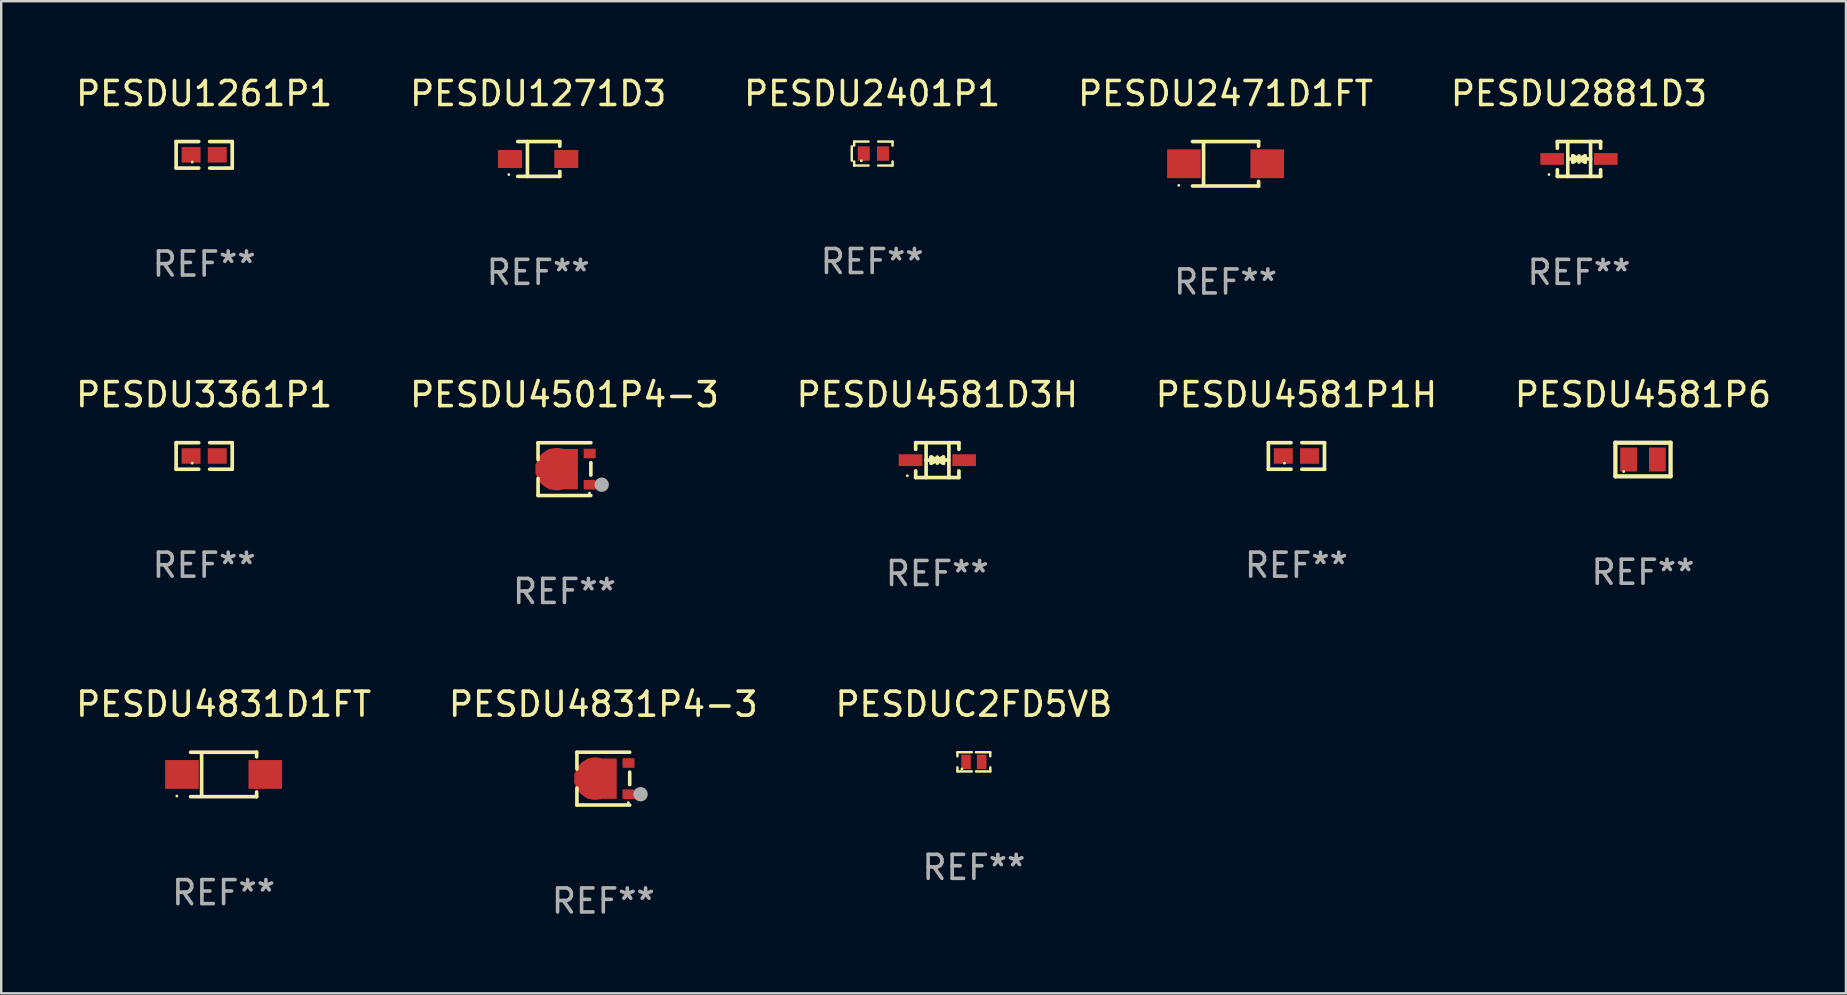
<source format=kicad_pcb>
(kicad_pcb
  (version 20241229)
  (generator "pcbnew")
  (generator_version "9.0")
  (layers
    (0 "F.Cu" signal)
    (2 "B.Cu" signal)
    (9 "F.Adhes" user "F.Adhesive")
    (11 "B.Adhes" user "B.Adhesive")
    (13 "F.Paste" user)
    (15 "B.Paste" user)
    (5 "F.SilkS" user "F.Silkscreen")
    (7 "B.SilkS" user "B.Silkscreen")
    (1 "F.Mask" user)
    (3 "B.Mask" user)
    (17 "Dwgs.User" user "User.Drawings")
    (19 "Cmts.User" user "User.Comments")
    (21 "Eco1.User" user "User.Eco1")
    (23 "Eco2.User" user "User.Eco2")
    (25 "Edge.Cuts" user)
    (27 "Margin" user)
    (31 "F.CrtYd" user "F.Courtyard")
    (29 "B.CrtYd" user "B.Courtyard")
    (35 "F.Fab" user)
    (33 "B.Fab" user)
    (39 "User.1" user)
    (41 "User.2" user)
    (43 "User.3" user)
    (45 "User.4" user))
  (footprint "PESDU4501P4-3"
    (layer "F.Cu")
    (at 20.47 16.497)
    (property "Reference" "PESDU4501P4-3" (at 0 -3.1 0) (layer "F.SilkS") (effects (font (size 1 1) (thickness 0.15))))
    (attr through_hole)
    (fp_line (start -1.1 -1.1) (end -1.1 -0.4) (stroke (width 0.15) (type solid)) (layer "F.SilkS"))
    (fp_line (start -1.1 -1.1) (end 1.1 -1.1) (stroke (width 0.15) (type solid)) (layer "F.SilkS"))
    (fp_line (start -1.1 1.1) (end -1.1 0.39) (stroke (width 0.15) (type solid)) (layer "F.SilkS"))
    (fp_line (start 1.1 -0.27) (end 1.1 0.25) (stroke (width 0.15) (type solid)) (layer "F.SilkS"))
    (fp_line (start 1.1 1.1) (end -1.1 1.1) (stroke (width 0.15) (type solid)) (layer "F.SilkS"))
    (fp_circle (center 1.042 1) (end 1.072 1) (stroke (width 0.06) (type solid)) (fill no) (layer "F.SilkS"))
    (fp_circle (center 1.552 0.65) (end 1.703 0.65) (stroke (width 0.3) (type solid)) (fill no) (layer "F.Fab"))
    (fp_text user "REF**" (at 0 5.1 0) (layer "F.Fab") (effects (font (size 1 1) (thickness 0.15))))
    (pad "1" smd rect (at 1.05 0.65) (size 0.5 0.4) (layers "F.Cu" "F.Mask" "F.Paste"))
    (pad "2" smd rect (at 1.05 -0.65) (size 0.5 0.4) (layers "F.Cu" "F.Mask" "F.Paste"))
    (pad "3" smd custom (at -0.325 0) (size 1.77 1.68) (layers "F.Cu" "F.Mask" "F.Paste") (options (anchor circle)) (primitives (gr_poly (pts (xy -0.885 -0.21) (xy -0.345 -0.21) (xy -0.345 -0.84) (xy 0.885 -0.84) (xy 0.885 0.84) (xy -0.345 0.84) (xy -0.345 0.2) (xy -0.885 0.2) (xy -0.885 -0.21)) (width 0) (fill yes)))))
  (footprint "PESDU4831D1FT"
    (layer "F.Cu")
    (at 6.268 29.22)
    (property "Reference" "PESDU4831D1FT" (at 0 -2.926 0) (layer "F.SilkS") (effects (font (size 1 1) (thickness 0.15))))
    (attr through_hole)
    (fp_line (start -1.376 -0.926) (end 1.376 -0.926) (stroke (width 0.152) (type solid)) (layer "F.SilkS"))
    (fp_line (start -1.376 0.926) (end 1.376 0.926) (stroke (width 0.152) (type solid)) (layer "F.SilkS"))
    (fp_line (start -0.917 -0.876) (end -0.917 0.876) (stroke (width 0.152) (type solid)) (layer "F.SilkS"))
    (fp_line (start 1.376 -0.926) (end 1.376 -0.733) (stroke (width 0.152) (type solid)) (layer "F.SilkS"))
    (fp_line (start 1.376 0.926) (end 1.376 0.733) (stroke (width 0.152) (type solid)) (layer "F.SilkS"))
    (fp_circle (center -1.95 0.9) (end -1.92 0.9) (stroke (width 0.06) (type solid)) (fill no) (layer "F.SilkS"))
    (fp_text user "REF**" (at 0 4.926 0) (layer "F.Fab") (effects (font (size 1 1) (thickness 0.15))))
    (pad "1" smd rect (at -1.735 0) (size 1.4 1.2) (layers "F.Cu" "F.Mask" "F.Paste"))
    (pad "2" smd rect (at 1.735 0) (size 1.4 1.2) (layers "F.Cu" "F.Mask" "F.Paste")))
  (footprint "PESDU4581P6"
    (layer "F.Cu")
    (at 65.411 16.097)
    (property "Reference" "PESDU4581P6" (at 0 -2.7 0) (layer "F.SilkS") (effects (font (size 1 1) (thickness 0.15))))
    (attr through_hole)
    (fp_line (start -1.15 -0.7) (end -1.15 0.7) (stroke (width 0.178) (type solid)) (layer "F.SilkS"))
    (fp_line (start -1.15 -0.7) (end 1.15 -0.7) (stroke (width 0.178) (type solid)) (layer "F.SilkS"))
    (fp_line (start -1.15 0.7) (end 1.15 0.7) (stroke (width 0.178) (type solid)) (layer "F.SilkS"))
    (fp_line (start 1.15 -0.7) (end 1.15 0.7) (stroke (width 0.178) (type solid)) (layer "F.SilkS"))
    (fp_circle (center -0.8 0.5) (end -0.77 0.5) (stroke (width 0.06) (type solid)) (fill no) (layer "F.SilkS"))
    (fp_text user "REF**" (at 0 4.7 0) (layer "F.Fab") (effects (font (size 1 1) (thickness 0.15))))
    (pad "1" smd rect (at -0.6 0 90) (size 1 0.7) (layers "F.Cu" "F.Mask" "F.Paste"))
    (pad "2" smd rect (at 0.6 0 90) (size 1 0.7) (layers "F.Cu" "F.Mask" "F.Paste")))
  (footprint "PESDU3361P1"
    (layer "F.Cu")
    (at 5.458 15.95)
    (property "Reference" "PESDU3361P1" (at 0 -2.553 0) (layer "F.SilkS") (effects (font (size 1 1) (thickness 0.15))))
    (attr through_hole)
    (fp_line (start -1.169 -0.553) (end -0.226 -0.553) (stroke (width 0.152) (type solid)) (layer "F.SilkS"))
    (fp_line (start -1.169 0.553) (end -1.169 -0.553) (stroke (width 0.152) (type solid)) (layer "F.SilkS"))
    (fp_line (start -0.226 0.553) (end -1.169 0.553) (stroke (width 0.152) (type solid)) (layer "F.SilkS"))
    (fp_line (start 0.226 0.553) (end 1.169 0.553) (stroke (width 0.152) (type solid)) (layer "F.SilkS"))
    (fp_line (start 1.169 -0.553) (end 0.226 -0.553) (stroke (width 0.152) (type solid)) (layer "F.SilkS"))
    (fp_line (start 1.169 0.553) (end 1.169 -0.553) (stroke (width 0.152) (type solid)) (layer "F.SilkS"))
    (fp_circle (center -0.5 0.3) (end -0.47 0.3) (stroke (width 0.06) (type solid)) (fill no) (layer "F.SilkS"))
    (fp_text user "REF**" (at 0 4.553 0) (layer "F.Fab") (effects (font (size 1 1) (thickness 0.15))))
    (pad "1" smd rect (at -0.545 0) (size 0.79 0.648) (layers "F.Cu" "F.Mask" "F.Paste"))
    (pad "2" smd rect (at 0.545 0) (size 0.79 0.648) (layers "F.Cu" "F.Mask" "F.Paste")))
  (footprint "PESDU2881D3"
    (layer "F.Cu")
    (at 62.744 3.574)
    (property "Reference" "PESDU2881D3" (at 0 -2.726 0) (layer "F.SilkS") (effects (font (size 1 1) (thickness 0.15))))
    (attr through_hole)
    (fp_line (start -0.901 -0.726) (end -0.901 -0.448) (stroke (width 0.152) (type solid)) (layer "F.SilkS"))
    (fp_line (start -0.901 0.726) (end -0.901 0.448) (stroke (width 0.152) (type solid)) (layer "F.SilkS"))
    (fp_line (start -0.467 0) (end 0.483 -0.003) (stroke (width 0.154) (type solid)) (layer "F.SilkS"))
    (fp_line (start -0.467 0.726) (end -0.467 -0.726) (stroke (width 0.152) (type solid)) (layer "F.SilkS"))
    (fp_line (start -0.254 -0.127) (end -0.254 -0.127) (stroke (width 0.154) (type solid)) (layer "F.SilkS"))
    (fp_line (start -0.254 -0.127) (end -0.002 -0.003) (stroke (width 0.154) (type solid)) (layer "F.SilkS"))
    (fp_line (start -0.254 0.127) (end -0.254 -0.127) (stroke (width 0.154) (type solid)) (layer "F.SilkS"))
    (fp_line (start -0.127 0) (end 0.003 0) (stroke (width 0.154) (type solid)) (layer "F.SilkS"))
    (fp_line (start -0.003 0) (end -0.254 0.127) (stroke (width 0.154) (type solid)) (layer "F.SilkS"))
    (fp_line (start 0 -0.127) (end 0 0.127) (stroke (width 0.154) (type solid)) (layer "F.SilkS"))
    (fp_line (start 0.003 0) (end 0.254 -0.127) (stroke (width 0.154) (type solid)) (layer "F.SilkS"))
    (fp_line (start 0.127 0) (end -0.003 0) (stroke (width 0.154) (type solid)) (layer "F.SilkS"))
    (fp_line (start 0.254 -0.127) (end 0.254 0.127) (stroke (width 0.154) (type solid)) (layer "F.SilkS"))
    (fp_line (start 0.254 0.127) (end 0.002 0.003) (stroke (width 0.154) (type solid)) (layer "F.SilkS"))
    (fp_line (start 0.254 0.127) (end 0.254 0.127) (stroke (width 0.154) (type solid)) (layer "F.SilkS"))
    (fp_line (start 0.483 0.726) (end 0.483 -0.726) (stroke (width 0.152) (type solid)) (layer "F.SilkS"))
    (fp_line (start 0.901 -0.726) (end -0.901 -0.726) (stroke (width 0.152) (type solid)) (layer "F.SilkS"))
    (fp_line (start 0.901 -0.726) (end 0.901 -0.448) (stroke (width 0.152) (type solid)) (layer "F.SilkS"))
    (fp_line (start 0.901 0.726) (end -0.901 0.726) (stroke (width 0.152) (type solid)) (layer "F.SilkS"))
    (fp_line (start 0.901 0.726) (end 0.901 0.448) (stroke (width 0.152) (type solid)) (layer "F.SilkS"))
    (fp_circle (center -1.25 0.65) (end -1.22 0.65) (stroke (width 0.06) (type solid)) (fill no) (layer "F.SilkS"))
    (fp_text user "REF**" (at 0 4.726 0) (layer "F.Fab") (effects (font (size 1 1) (thickness 0.15))))
    (pad "1" smd rect (at -1.118 0) (size 0.985 0.49) (layers "F.Cu" "F.Mask" "F.Paste"))
    (pad "2" smd rect (at 1.118 0) (size 0.985 0.49) (layers "F.Cu" "F.Mask" "F.Paste")))
  (footprint "PESDU4581P1H"
    (layer "F.Cu")
    (at 50.97 15.95)
    (property "Reference" "PESDU4581P1H" (at 0 -2.553 0) (layer "F.SilkS") (effects (font (size 1 1) (thickness 0.15))))
    (attr through_hole)
    (fp_line (start -1.169 -0.553) (end -0.226 -0.553) (stroke (width 0.152) (type solid)) (layer "F.SilkS"))
    (fp_line (start -1.169 0.553) (end -1.169 -0.553) (stroke (width 0.152) (type solid)) (layer "F.SilkS"))
    (fp_line (start -0.226 0.553) (end -1.169 0.553) (stroke (width 0.152) (type solid)) (layer "F.SilkS"))
    (fp_line (start 0.226 0.553) (end 1.169 0.553) (stroke (width 0.152) (type solid)) (layer "F.SilkS"))
    (fp_line (start 1.169 -0.553) (end 0.226 -0.553) (stroke (width 0.152) (type solid)) (layer "F.SilkS"))
    (fp_line (start 1.169 0.553) (end 1.169 -0.553) (stroke (width 0.152) (type solid)) (layer "F.SilkS"))
    (fp_circle (center -0.5 0.3) (end -0.47 0.3) (stroke (width 0.06) (type solid)) (fill no) (layer "F.SilkS"))
    (fp_text user "REF**" (at 0 4.553 0) (layer "F.Fab") (effects (font (size 1 1) (thickness 0.15))))
    (pad "1" smd rect (at -0.545 0) (size 0.79 0.648) (layers "F.Cu" "F.Mask" "F.Paste"))
    (pad "2" smd rect (at 0.545 0) (size 0.79 0.648) (layers "F.Cu" "F.Mask" "F.Paste")))
  (footprint "PESDU4581D3H"
    (layer "F.Cu")
    (at 36.006 16.123)
    (property "Reference" "PESDU4581D3H" (at 0 -2.726 0) (layer "F.SilkS") (effects (font (size 1 1) (thickness 0.15))))
    (attr through_hole)
    (fp_line (start -0.901 -0.726) (end -0.901 -0.448) (stroke (width 0.152) (type solid)) (layer "F.SilkS"))
    (fp_line (start -0.901 0.726) (end -0.901 0.448) (stroke (width 0.152) (type solid)) (layer "F.SilkS"))
    (fp_line (start -0.467 0) (end 0.483 -0.003) (stroke (width 0.154) (type solid)) (layer "F.SilkS"))
    (fp_line (start -0.467 0.726) (end -0.467 -0.726) (stroke (width 0.152) (type solid)) (layer "F.SilkS"))
    (fp_line (start -0.254 -0.127) (end -0.254 -0.127) (stroke (width 0.154) (type solid)) (layer "F.SilkS"))
    (fp_line (start -0.254 -0.127) (end -0.002 -0.003) (stroke (width 0.154) (type solid)) (layer "F.SilkS"))
    (fp_line (start -0.254 0.127) (end -0.254 -0.127) (stroke (width 0.154) (type solid)) (layer "F.SilkS"))
    (fp_line (start -0.127 0) (end 0.003 0) (stroke (width 0.154) (type solid)) (layer "F.SilkS"))
    (fp_line (start -0.003 0) (end -0.254 0.127) (stroke (width 0.154) (type solid)) (layer "F.SilkS"))
    (fp_line (start 0 -0.127) (end 0 0.127) (stroke (width 0.154) (type solid)) (layer "F.SilkS"))
    (fp_line (start 0.003 0) (end 0.254 -0.127) (stroke (width 0.154) (type solid)) (layer "F.SilkS"))
    (fp_line (start 0.127 0) (end -0.003 0) (stroke (width 0.154) (type solid)) (layer "F.SilkS"))
    (fp_line (start 0.254 -0.127) (end 0.254 0.127) (stroke (width 0.154) (type solid)) (layer "F.SilkS"))
    (fp_line (start 0.254 0.127) (end 0.002 0.003) (stroke (width 0.154) (type solid)) (layer "F.SilkS"))
    (fp_line (start 0.254 0.127) (end 0.254 0.127) (stroke (width 0.154) (type solid)) (layer "F.SilkS"))
    (fp_line (start 0.483 0.726) (end 0.483 -0.726) (stroke (width 0.152) (type solid)) (layer "F.SilkS"))
    (fp_line (start 0.901 -0.726) (end -0.901 -0.726) (stroke (width 0.152) (type solid)) (layer "F.SilkS"))
    (fp_line (start 0.901 -0.726) (end 0.901 -0.448) (stroke (width 0.152) (type solid)) (layer "F.SilkS"))
    (fp_line (start 0.901 0.726) (end -0.901 0.726) (stroke (width 0.152) (type solid)) (layer "F.SilkS"))
    (fp_line (start 0.901 0.726) (end 0.901 0.448) (stroke (width 0.152) (type solid)) (layer "F.SilkS"))
    (fp_circle (center -1.25 0.65) (end -1.22 0.65) (stroke (width 0.06) (type solid)) (fill no) (layer "F.SilkS"))
    (fp_text user "REF**" (at 0 4.726 0) (layer "F.Fab") (effects (font (size 1 1) (thickness 0.15))))
    (pad "1" smd rect (at -1.118 0) (size 0.985 0.49) (layers "F.Cu" "F.Mask" "F.Paste"))
    (pad "2" smd rect (at 1.118 0) (size 0.985 0.49) (layers "F.Cu" "F.Mask" "F.Paste")))
  (footprint "PESDU4831P4-3"
    (layer "F.Cu")
    (at 22.089 29.394)
    (property "Reference" "PESDU4831P4-3" (at 0 -3.1 0) (layer "F.SilkS") (effects (font (size 1 1) (thickness 0.15))))
    (attr through_hole)
    (fp_line (start -1.1 -1.1) (end -1.1 -0.4) (stroke (width 0.15) (type solid)) (layer "F.SilkS"))
    (fp_line (start -1.1 -1.1) (end 1.1 -1.1) (stroke (width 0.15) (type solid)) (layer "F.SilkS"))
    (fp_line (start -1.1 1.1) (end -1.1 0.39) (stroke (width 0.15) (type solid)) (layer "F.SilkS"))
    (fp_line (start 1.1 -0.27) (end 1.1 0.25) (stroke (width 0.15) (type solid)) (layer "F.SilkS"))
    (fp_line (start 1.1 1.1) (end -1.1 1.1) (stroke (width 0.15) (type solid)) (layer "F.SilkS"))
    (fp_circle (center 1.042 1) (end 1.072 1) (stroke (width 0.06) (type solid)) (fill no) (layer "F.SilkS"))
    (fp_circle (center 1.552 0.65) (end 1.703 0.65) (stroke (width 0.3) (type solid)) (fill no) (layer "F.Fab"))
    (fp_text user "REF**" (at 0 5.1 0) (layer "F.Fab") (effects (font (size 1 1) (thickness 0.15))))
    (pad "1" smd rect (at 1.05 0.65) (size 0.5 0.4) (layers "F.Cu" "F.Mask" "F.Paste"))
    (pad "2" smd rect (at 1.05 -0.65) (size 0.5 0.4) (layers "F.Cu" "F.Mask" "F.Paste"))
    (pad "3" smd custom (at -0.325 0) (size 1.77 1.68) (layers "F.Cu" "F.Mask" "F.Paste") (options (anchor circle)) (primitives (gr_poly (pts (xy -0.885 -0.21) (xy -0.345 -0.21) (xy -0.345 -0.84) (xy 0.885 -0.84) (xy 0.885 0.84) (xy -0.345 0.84) (xy -0.345 0.2) (xy -0.885 0.2) (xy -0.885 -0.21)) (width 0) (fill yes)))))
  (footprint "PESDUC2FD5VB"
    (layer "F.Cu")
    (at 37.53 28.694)
    (property "Reference" "PESDUC2FD5VB" (at 0 -2.4 0) (layer "F.SilkS") (effects (font (size 1 1) (thickness 0.15))))
    (attr through_hole)
    (fp_line (start -0.685 -0.4) (end -0.685 -0.23) (stroke (width 0.102) (type solid)) (layer "F.SilkS"))
    (fp_line (start -0.685 0.4) (end -0.685 0.23) (stroke (width 0.102) (type solid)) (layer "F.SilkS"))
    (fp_line (start -0.085 -0.4) (end -0.685 -0.4) (stroke (width 0.102) (type solid)) (layer "F.SilkS"))
    (fp_line (start -0.085 0.4) (end -0.685 0.4) (stroke (width 0.102) (type solid)) (layer "F.SilkS"))
    (fp_line (start 0.082 -0.4) (end 0.682 -0.4) (stroke (width 0.102) (type solid)) (layer "F.SilkS"))
    (fp_line (start 0.085 0.4) (end 0.685 0.4) (stroke (width 0.102) (type solid)) (layer "F.SilkS"))
    (fp_line (start 0.682 -0.4) (end 0.682 -0.23) (stroke (width 0.102) (type solid)) (layer "F.SilkS"))
    (fp_line (start 0.685 0.4) (end 0.685 0.23) (stroke (width 0.102) (type solid)) (layer "F.SilkS"))
    (fp_circle (center -0.5 0.3) (end -0.47 0.3) (stroke (width 0.06) (type solid)) (fill no) (layer "F.SilkS"))
    (fp_text user "REF**" (at 0 4.4 0) (layer "F.Fab") (effects (font (size 1 1) (thickness 0.15))))
    (pad "1" smd rect (at -0.325 0) (size 0.4 0.6) (layers "F.Cu" "F.Mask" "F.Paste"))
    (pad "2" smd rect (at 0.325 0) (size 0.4 0.6) (layers "F.Cu" "F.Mask" "F.Paste")))
  (footprint "PESDU2471D1FT"
    (layer "F.Cu")
    (at 48.018 3.774)
    (property "Reference" "PESDU2471D1FT" (at 0 -2.926 0) (layer "F.SilkS") (effects (font (size 1 1) (thickness 0.15))))
    (attr through_hole)
    (fp_line (start -1.376 -0.926) (end 1.376 -0.926) (stroke (width 0.152) (type solid)) (layer "F.SilkS"))
    (fp_line (start -1.376 0.926) (end 1.376 0.926) (stroke (width 0.152) (type solid)) (layer "F.SilkS"))
    (fp_line (start -0.917 -0.876) (end -0.917 0.876) (stroke (width 0.152) (type solid)) (layer "F.SilkS"))
    (fp_line (start 1.376 -0.926) (end 1.376 -0.733) (stroke (width 0.152) (type solid)) (layer "F.SilkS"))
    (fp_line (start 1.376 0.926) (end 1.376 0.733) (stroke (width 0.152) (type solid)) (layer "F.SilkS"))
    (fp_circle (center -1.95 0.9) (end -1.92 0.9) (stroke (width 0.06) (type solid)) (fill no) (layer "F.SilkS"))
    (fp_text user "REF**" (at 0 4.926 0) (layer "F.Fab") (effects (font (size 1 1) (thickness 0.15))))
    (pad "1" smd rect (at -1.735 0) (size 1.4 1.2) (layers "F.Cu" "F.Mask" "F.Paste"))
    (pad "2" smd rect (at 1.735 0) (size 1.4 1.2) (layers "F.Cu" "F.Mask" "F.Paste")))
  (footprint "PESDU1261P1"
    (layer "F.Cu")
    (at 5.458 3.401)
    (property "Reference" "PESDU1261P1" (at 0 -2.553 0) (layer "F.SilkS") (effects (font (size 1 1) (thickness 0.15))))
    (attr through_hole)
    (fp_line (start -1.169 -0.553) (end -0.226 -0.553) (stroke (width 0.152) (type solid)) (layer "F.SilkS"))
    (fp_line (start -1.169 0.553) (end -1.169 -0.553) (stroke (width 0.152) (type solid)) (layer "F.SilkS"))
    (fp_line (start -0.226 0.553) (end -1.169 0.553) (stroke (width 0.152) (type solid)) (layer "F.SilkS"))
    (fp_line (start 0.226 0.553) (end 1.169 0.553) (stroke (width 0.152) (type solid)) (layer "F.SilkS"))
    (fp_line (start 1.169 -0.553) (end 0.226 -0.553) (stroke (width 0.152) (type solid)) (layer "F.SilkS"))
    (fp_line (start 1.169 0.553) (end 1.169 -0.553) (stroke (width 0.152) (type solid)) (layer "F.SilkS"))
    (fp_circle (center -0.5 0.3) (end -0.47 0.3) (stroke (width 0.06) (type solid)) (fill no) (layer "F.SilkS"))
    (fp_text user "REF**" (at 0 4.553 0) (layer "F.Fab") (effects (font (size 1 1) (thickness 0.15))))
    (pad "1" smd rect (at -0.545 0) (size 0.79 0.648) (layers "F.Cu" "F.Mask" "F.Paste"))
    (pad "2" smd rect (at 0.545 0) (size 0.79 0.648) (layers "F.Cu" "F.Mask" "F.Paste")))
  (footprint "PESDU2401P1"
    (layer "F.Cu")
    (at 33.292 3.348)
    (property "Reference" "PESDU2401P1" (at 0 -2.5 0) (layer "F.SilkS") (effects (font (size 1 1) (thickness 0.15))))
    (attr through_hole)
    (fp_line (start -0.85 -0.3) (end -0.85 0.3) (stroke (width 0.102) (type solid)) (layer "F.SilkS"))
    (fp_line (start -0.75 -0.5) (end -0.75 -0.329) (stroke (width 0.102) (type solid)) (layer "F.SilkS"))
    (fp_line (start -0.75 0.329) (end -0.75 0.5) (stroke (width 0.102) (type solid)) (layer "F.SilkS"))
    (fp_line (start -0.75 0.5) (end -0.15 0.5) (stroke (width 0.102) (type solid)) (layer "F.SilkS"))
    (fp_line (start -0.15 -0.5) (end -0.75 -0.5) (stroke (width 0.102) (type solid)) (layer "F.SilkS"))
    (fp_line (start 0.25 -0.5) (end 0.85 -0.5) (stroke (width 0.102) (type solid)) (layer "F.SilkS"))
    (fp_line (start 0.85 -0.5) (end 0.85 -0.33) (stroke (width 0.102) (type solid)) (layer "F.SilkS"))
    (fp_line (start 0.85 0.33) (end 0.85 0.5) (stroke (width 0.102) (type solid)) (layer "F.SilkS"))
    (fp_line (start 0.85 0.5) (end 0.25 0.5) (stroke (width 0.102) (type solid)) (layer "F.SilkS"))
    (fp_circle (center -0.45 0.3) (end -0.42 0.3) (stroke (width 0.06) (type solid)) (fill no) (layer "F.SilkS"))
    (fp_text user "REF**" (at 0 4.5 0) (layer "F.Fab") (effects (font (size 1 1) (thickness 0.15))))
    (pad "1" smd rect (at -0.35 0) (size 0.5 0.6) (layers "F.Cu" "F.Mask" "F.Paste"))
    (pad "2" smd rect (at 0.45 0) (size 0.5 0.6) (layers "F.Cu" "F.Mask" "F.Paste")))
  (footprint "PESDU1271D3"
    (layer "F.Cu")
    (at 19.375 3.574)
    (property "Reference" "PESDU1271D3" (at 0 -2.726 0) (layer "F.SilkS") (effects (font (size 1 1) (thickness 0.15))))
    (attr through_hole)
    (fp_line (start -0.851 -0.726) (end 0.901 -0.726) (stroke (width 0.152) (type solid)) (layer "F.SilkS"))
    (fp_line (start -0.851 0.726) (end 0.901 0.726) (stroke (width 0.152) (type solid)) (layer "F.SilkS"))
    (fp_line (start -0.447 -0.726) (end -0.447 0.726) (stroke (width 0.152) (type solid)) (layer "F.SilkS"))
    (fp_line (start 0.901 -0.726) (end 0.901 -0.53) (stroke (width 0.152) (type solid)) (layer "F.SilkS"))
    (fp_line (start 0.901 0.726) (end 0.901 0.52) (stroke (width 0.152) (type solid)) (layer "F.SilkS"))
    (fp_circle (center -1.225 0.65) (end -1.195 0.65) (stroke (width 0.06) (type solid)) (fill no) (layer "F.SilkS"))
    (fp_text user "REF**" (at 0 4.726 0) (layer "F.Fab") (effects (font (size 1 1) (thickness 0.15))))
    (pad "1" smd rect (at -1.173 0) (size 1 0.75) (layers "F.Cu" "F.Mask" "F.Paste"))
    (pad "2" smd rect (at 1.173 0) (size 1 0.75) (layers "F.Cu" "F.Mask" "F.Paste")))
  (gr_rect
    (start -3 -3)
    (end 73.869 38.342)
    (stroke (width 0.1) (type default))
    (fill no)
    (layer "Edge.Cuts")))
</source>
